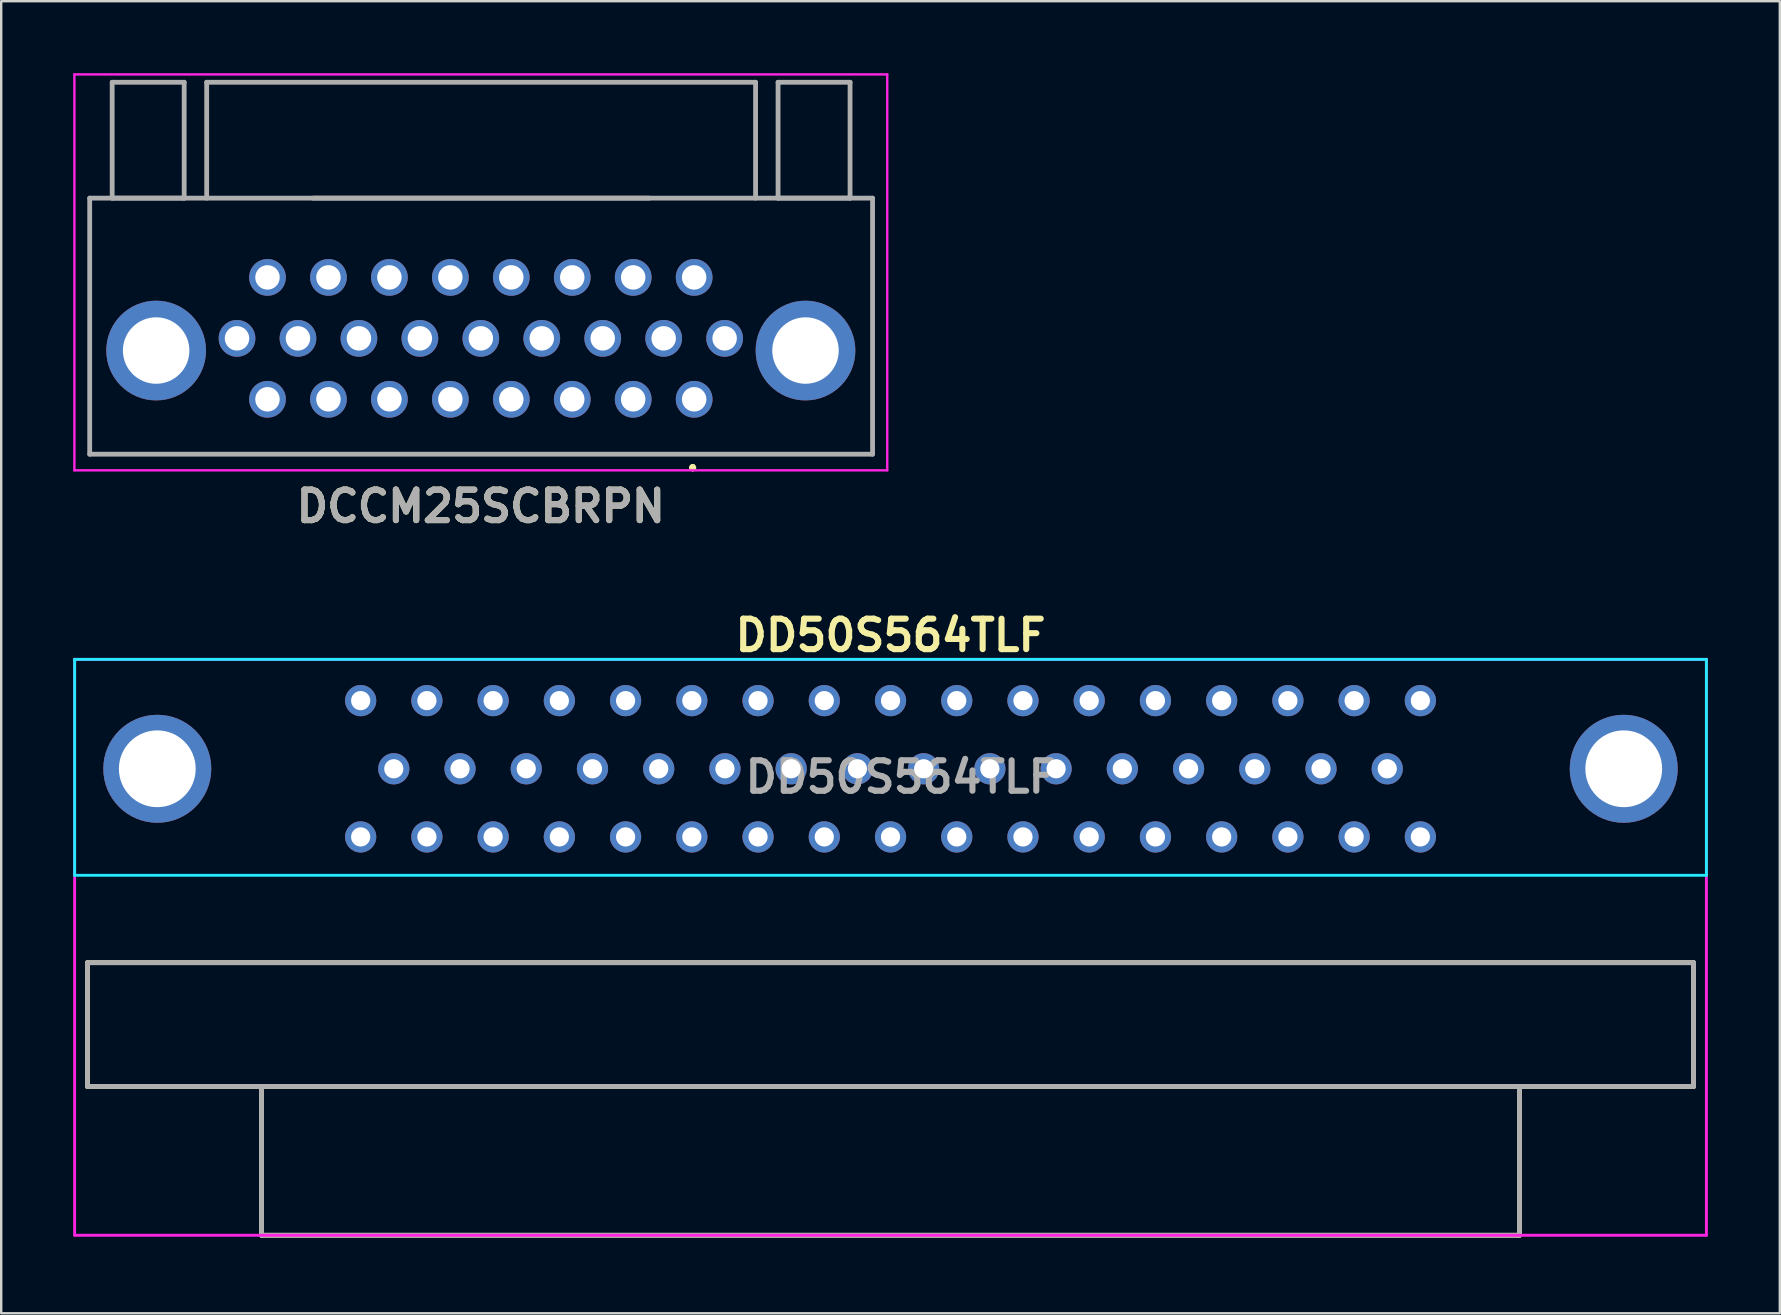
<source format=kicad_pcb>
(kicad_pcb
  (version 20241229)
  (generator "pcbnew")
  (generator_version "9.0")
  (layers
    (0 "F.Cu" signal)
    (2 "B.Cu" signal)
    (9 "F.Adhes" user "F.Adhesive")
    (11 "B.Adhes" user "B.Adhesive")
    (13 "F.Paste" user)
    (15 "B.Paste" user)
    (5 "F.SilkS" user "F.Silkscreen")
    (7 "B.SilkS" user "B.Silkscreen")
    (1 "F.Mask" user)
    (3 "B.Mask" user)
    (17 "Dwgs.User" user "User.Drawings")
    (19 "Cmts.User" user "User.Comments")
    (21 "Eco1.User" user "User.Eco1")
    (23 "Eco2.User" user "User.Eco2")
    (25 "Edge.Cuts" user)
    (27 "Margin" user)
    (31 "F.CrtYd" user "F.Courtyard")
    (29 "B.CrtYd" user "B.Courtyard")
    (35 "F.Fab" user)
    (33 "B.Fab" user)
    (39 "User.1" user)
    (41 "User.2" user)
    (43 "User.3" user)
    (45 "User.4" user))
  (footprint "DD50S564TLF"
    (layer "F.Cu")
    (at 34.06 48.427)
    (property "Reference" "DD50S564TLF" (at 0 -25 0) (layer "F.SilkS") (effects (font (size 1.27 1.27) (thickness 0.254))))
    (attr through_hole)
    (fp_line (start -33.465 -11.36) (end -33.465 -6.2) (stroke (width 0.2) (type solid)) (layer "F.SilkS"))
    (fp_line (start -33.465 -11.36) (end 33.465 -11.36) (stroke (width 0.2) (type solid)) (layer "F.SilkS"))
    (fp_line (start -26.21 0) (end -26.21 -6.173) (stroke (width 0.2) (type solid)) (layer "F.SilkS"))
    (fp_line (start 26.21 -6.173) (end 26.21 0) (stroke (width 0.2) (type solid)) (layer "F.SilkS"))
    (fp_line (start 26.21 0) (end -26.21 0) (stroke (width 0.2) (type solid)) (layer "F.SilkS"))
    (fp_line (start 33.465 -11.36) (end 33.465 -6.2) (stroke (width 0.2) (type solid)) (layer "F.SilkS"))
    (fp_line (start 33.465 -6.2) (end -33.465 -6.2) (stroke (width 0.2) (type solid)) (layer "F.SilkS"))
    (fp_line (start -34 -24) (end -34 -15) (stroke (width 0.12) (type solid)) (layer "B.CrtYd"))
    (fp_line (start -34 -15) (end 34 -15) (stroke (width 0.12) (type solid)) (layer "B.CrtYd"))
    (fp_line (start 34 -24) (end -34 -24) (stroke (width 0.12) (type solid)) (layer "B.CrtYd"))
    (fp_line (start 34 -15) (end 34 -24) (stroke (width 0.12) (type solid)) (layer "B.CrtYd"))
    (fp_line (start -34 -24) (end 34 -24) (stroke (width 0.12) (type solid)) (layer "F.CrtYd"))
    (fp_line (start -34 0) (end -34 -24) (stroke (width 0.12) (type solid)) (layer "F.CrtYd"))
    (fp_line (start 34 -24) (end 34 0) (stroke (width 0.12) (type solid)) (layer "F.CrtYd"))
    (fp_line (start 34 0) (end -34 0) (stroke (width 0.12) (type solid)) (layer "F.CrtYd"))
    (fp_line (start -33.465 -11.36) (end -33.465 -6.2) (stroke (width 0.2) (type solid)) (layer "F.Fab"))
    (fp_line (start -33.465 -6.2) (end 33.465 -6.2) (stroke (width 0.2) (type solid)) (layer "F.Fab"))
    (fp_line (start -26.21 -6.173) (end -26.21 0) (stroke (width 0.2) (type solid)) (layer "F.Fab"))
    (fp_line (start -26.21 0) (end 26.21 0) (stroke (width 0.2) (type solid)) (layer "F.Fab"))
    (fp_line (start 26.21 0) (end 26.21 -6.173) (stroke (width 0.2) (type solid)) (layer "F.Fab"))
    (fp_line (start 33.465 -11.36) (end -33.465 -11.36) (stroke (width 0.2) (type solid)) (layer "F.Fab"))
    (fp_line (start 33.465 -6.2) (end 33.465 -11.36) (stroke (width 0.2) (type solid)) (layer "F.Fab"))
    (fp_text user "${REFERENCE}" (at 0.42 -19.099 0) (layer "F.Fab") (effects (font (size 1.27 1.27) (thickness 0.254))))
    (pad "0" thru_hole circle (at -30.555 -19.44) (size 4.5 4.5) (drill 3.2) (layers "*.Cu" "*.Mask"))
    (pad "0" thru_hole circle (at 30.555 -19.44) (size 4.5 4.5) (drill 3.2) (layers "*.Cu" "*.Mask"))
    (pad "1" thru_hole circle (at 22.08 -22.28) (size 1.3 1.3) (drill 0.8) (layers "*.Cu" "*.Mask"))
    (pad "2" thru_hole circle (at 19.32 -22.28) (size 1.3 1.3) (drill 0.8) (layers "*.Cu" "*.Mask"))
    (pad "3" thru_hole circle (at 16.56 -22.28) (size 1.3 1.3) (drill 0.8) (layers "*.Cu" "*.Mask"))
    (pad "4" thru_hole circle (at 13.8 -22.28) (size 1.3 1.3) (drill 0.8) (layers "*.Cu" "*.Mask"))
    (pad "5" thru_hole circle (at 11.04 -22.28) (size 1.3 1.3) (drill 0.8) (layers "*.Cu" "*.Mask"))
    (pad "6" thru_hole circle (at 8.28 -22.28) (size 1.3 1.3) (drill 0.8) (layers "*.Cu" "*.Mask"))
    (pad "7" thru_hole circle (at 5.52 -22.28) (size 1.3 1.3) (drill 0.8) (layers "*.Cu" "*.Mask"))
    (pad "8" thru_hole circle (at 2.76 -22.28) (size 1.3 1.3) (drill 0.8) (layers "*.Cu" "*.Mask"))
    (pad "9" thru_hole circle (at 0 -22.28) (size 1.3 1.3) (drill 0.8) (layers "*.Cu" "*.Mask"))
    (pad "10" thru_hole circle (at -2.76 -22.28) (size 1.3 1.3) (drill 0.8) (layers "*.Cu" "*.Mask"))
    (pad "11" thru_hole circle (at -5.52 -22.28) (size 1.3 1.3) (drill 0.8) (layers "*.Cu" "*.Mask"))
    (pad "12" thru_hole circle (at -8.28 -22.28) (size 1.3 1.3) (drill 0.8) (layers "*.Cu" "*.Mask"))
    (pad "13" thru_hole circle (at -11.04 -22.28) (size 1.3 1.3) (drill 0.8) (layers "*.Cu" "*.Mask"))
    (pad "14" thru_hole circle (at -13.8 -22.28) (size 1.3 1.3) (drill 0.8) (layers "*.Cu" "*.Mask"))
    (pad "15" thru_hole circle (at -16.56 -22.28) (size 1.3 1.3) (drill 0.8) (layers "*.Cu" "*.Mask"))
    (pad "16" thru_hole circle (at -19.32 -22.28) (size 1.3 1.3) (drill 0.8) (layers "*.Cu" "*.Mask"))
    (pad "17" thru_hole circle (at -22.08 -22.28) (size 1.3 1.3) (drill 0.8) (layers "*.Cu" "*.Mask"))
    (pad "18" thru_hole circle (at 20.7 -19.44) (size 1.3 1.3) (drill 0.8) (layers "*.Cu" "*.Mask"))
    (pad "19" thru_hole circle (at 17.94 -19.44) (size 1.3 1.3) (drill 0.8) (layers "*.Cu" "*.Mask"))
    (pad "20" thru_hole circle (at 15.18 -19.44) (size 1.3 1.3) (drill 0.8) (layers "*.Cu" "*.Mask"))
    (pad "21" thru_hole circle (at 12.42 -19.44) (size 1.3 1.3) (drill 0.8) (layers "*.Cu" "*.Mask"))
    (pad "22" thru_hole circle (at 9.66 -19.44) (size 1.3 1.3) (drill 0.8) (layers "*.Cu" "*.Mask"))
    (pad "23" thru_hole circle (at 6.9 -19.44) (size 1.3 1.3) (drill 0.8) (layers "*.Cu" "*.Mask"))
    (pad "24" thru_hole circle (at 4.14 -19.44) (size 1.3 1.3) (drill 0.8) (layers "*.Cu" "*.Mask"))
    (pad "25" thru_hole circle (at 1.38 -19.44) (size 1.3 1.3) (drill 0.8) (layers "*.Cu" "*.Mask"))
    (pad "26" thru_hole circle (at -1.38 -19.44) (size 1.3 1.3) (drill 0.8) (layers "*.Cu" "*.Mask"))
    (pad "27" thru_hole circle (at -4.14 -19.44) (size 1.3 1.3) (drill 0.8) (layers "*.Cu" "*.Mask"))
    (pad "28" thru_hole circle (at -6.9 -19.44) (size 1.3 1.3) (drill 0.8) (layers "*.Cu" "*.Mask"))
    (pad "29" thru_hole circle (at -9.66 -19.44) (size 1.3 1.3) (drill 0.8) (layers "*.Cu" "*.Mask"))
    (pad "30" thru_hole circle (at -12.42 -19.44) (size 1.3 1.3) (drill 0.8) (layers "*.Cu" "*.Mask"))
    (pad "31" thru_hole circle (at -15.18 -19.44) (size 1.3 1.3) (drill 0.8) (layers "*.Cu" "*.Mask"))
    (pad "32" thru_hole circle (at -17.94 -19.44) (size 1.3 1.3) (drill 0.8) (layers "*.Cu" "*.Mask"))
    (pad "33" thru_hole circle (at -20.7 -19.44) (size 1.3 1.3) (drill 0.8) (layers "*.Cu" "*.Mask"))
    (pad "34" thru_hole circle (at 22.08 -16.6) (size 1.3 1.3) (drill 0.8) (layers "*.Cu" "*.Mask"))
    (pad "35" thru_hole circle (at 19.32 -16.6) (size 1.3 1.3) (drill 0.8) (layers "*.Cu" "*.Mask"))
    (pad "36" thru_hole circle (at 16.56 -16.6) (size 1.3 1.3) (drill 0.8) (layers "*.Cu" "*.Mask"))
    (pad "37" thru_hole circle (at 13.8 -16.6) (size 1.3 1.3) (drill 0.8) (layers "*.Cu" "*.Mask"))
    (pad "38" thru_hole circle (at 11.04 -16.6) (size 1.3 1.3) (drill 0.8) (layers "*.Cu" "*.Mask"))
    (pad "39" thru_hole circle (at 8.28 -16.6) (size 1.3 1.3) (drill 0.8) (layers "*.Cu" "*.Mask"))
    (pad "40" thru_hole circle (at 5.52 -16.6) (size 1.3 1.3) (drill 0.8) (layers "*.Cu" "*.Mask"))
    (pad "41" thru_hole circle (at 2.76 -16.6) (size 1.3 1.3) (drill 0.8) (layers "*.Cu" "*.Mask"))
    (pad "42" thru_hole circle (at 0 -16.6) (size 1.3 1.3) (drill 0.8) (layers "*.Cu" "*.Mask"))
    (pad "43" thru_hole circle (at -2.76 -16.6) (size 1.3 1.3) (drill 0.8) (layers "*.Cu" "*.Mask"))
    (pad "44" thru_hole circle (at -5.52 -16.6) (size 1.3 1.3) (drill 0.8) (layers "*.Cu" "*.Mask"))
    (pad "45" thru_hole circle (at -8.28 -16.6) (size 1.3 1.3) (drill 0.8) (layers "*.Cu" "*.Mask"))
    (pad "46" thru_hole circle (at -11.04 -16.6) (size 1.3 1.3) (drill 0.8) (layers "*.Cu" "*.Mask"))
    (pad "47" thru_hole circle (at -13.8 -16.6) (size 1.3 1.3) (drill 0.8) (layers "*.Cu" "*.Mask"))
    (pad "48" thru_hole circle (at -16.56 -16.6) (size 1.3 1.3) (drill 0.8) (layers "*.Cu" "*.Mask"))
    (pad "49" thru_hole circle (at -19.32 -16.6) (size 1.3 1.3) (drill 0.8) (layers "*.Cu" "*.Mask"))
    (pad "50" thru_hole circle (at -22.08 -16.6) (size 1.3 1.3) (drill 0.8) (layers "*.Cu" "*.Mask")))
  (footprint "DCCM25SCBRPN"
    (layer "F.Cu")
    (at 16.987 11.05)
    (property "Reference" "DCCM25SCBRPN" (at 0 7 0) (layer "F.SilkS") (effects (font (size 1.27 1.27) (thickness 0.254))))
    (attr through_hole)
    (fp_line (start -16.299 -5.842) (end 16.325 -5.842) (stroke (width 0.1) (type solid)) (layer "F.SilkS"))
    (fp_line (start -16.299 4.828) (end -16.299 -5.842) (stroke (width 0.1) (type solid)) (layer "F.SilkS"))
    (fp_line (start 8.83 5.34) (end 8.83 5.34) (stroke (width 0.2) (type solid)) (layer "F.SilkS"))
    (fp_line (start 8.83 5.34) (end 8.83 5.34) (stroke (width 0.2) (type solid)) (layer "F.SilkS"))
    (fp_line (start 8.83 5.44) (end 8.83 5.44) (stroke (width 0.2) (type solid)) (layer "F.SilkS"))
    (fp_line (start 16.325 -5.842) (end 16.325 4.828) (stroke (width 0.1) (type solid)) (layer "F.SilkS"))
    (fp_line (start 16.325 4.828) (end -16.299 4.828) (stroke (width 0.1) (type solid)) (layer "F.SilkS"))
    (fp_arc (start 8.83 5.34) (mid 8.88 5.39) (end 8.83 5.44) (stroke (width 0.2) (type solid)) (layer "F.SilkS"))
    (fp_arc (start 8.83 5.44) (mid 8.78 5.39) (end 8.83 5.34) (stroke (width 0.2) (type solid)) (layer "F.SilkS"))
    (fp_arc (start 8.83 5.44) (mid 8.78 5.39) (end 8.83 5.34) (stroke (width 0.2) (type solid)) (layer "F.SilkS"))
    (fp_line (start -16.937 -11) (end 16.937 -11) (stroke (width 0.1) (type solid)) (layer "F.CrtYd"))
    (fp_line (start -16.937 5.5) (end -16.937 -11) (stroke (width 0.1) (type solid)) (layer "F.CrtYd"))
    (fp_line (start 16.937 -11) (end 16.937 5.5) (stroke (width 0.1) (type solid)) (layer "F.CrtYd"))
    (fp_line (start 16.937 5.5) (end -16.937 5.5) (stroke (width 0.1) (type solid)) (layer "F.CrtYd"))
    (fp_line (start -16.299 -5.842) (end -16.299 4.828) (stroke (width 0.2) (type solid)) (layer "F.Fab"))
    (fp_line (start -16.299 4.828) (end 16.325 4.828) (stroke (width 0.2) (type solid)) (layer "F.Fab"))
    (fp_line (start -15.362 -10.672) (end -15.362 -5.842) (stroke (width 0.2) (type solid)) (layer "F.Fab"))
    (fp_line (start -15.362 -5.842) (end -12.362 -5.842) (stroke (width 0.2) (type solid)) (layer "F.Fab"))
    (fp_line (start -12.362 -10.672) (end -15.362 -10.672) (stroke (width 0.2) (type solid)) (layer "F.Fab"))
    (fp_line (start -12.362 -5.842) (end -12.362 -10.672) (stroke (width 0.2) (type solid)) (layer "F.Fab"))
    (fp_line (start -11.424 -10.672) (end -11.424 -5.842) (stroke (width 0.2) (type solid)) (layer "F.Fab"))
    (fp_line (start -6.987 -5.842) (end 7.013 -5.842) (stroke (width 0.2) (type solid)) (layer "F.Fab"))
    (fp_line (start 11.45 -10.672) (end -11.424 -10.672) (stroke (width 0.2) (type solid)) (layer "F.Fab"))
    (fp_line (start 11.45 -5.842) (end 11.45 -10.672) (stroke (width 0.2) (type solid)) (layer "F.Fab"))
    (fp_line (start 12.387 -10.672) (end 12.387 -5.842) (stroke (width 0.2) (type solid)) (layer "F.Fab"))
    (fp_line (start 12.387 -5.842) (end 15.387 -5.842) (stroke (width 0.2) (type solid)) (layer "F.Fab"))
    (fp_line (start 15.387 -10.672) (end 12.387 -10.672) (stroke (width 0.2) (type solid)) (layer "F.Fab"))
    (fp_line (start 15.387 -5.842) (end 15.387 -10.672) (stroke (width 0.2) (type solid)) (layer "F.Fab"))
    (fp_line (start 16.325 -5.842) (end -16.299 -5.842) (stroke (width 0.2) (type solid)) (layer "F.Fab"))
    (fp_line (start 16.325 4.828) (end 16.325 -5.842) (stroke (width 0.2) (type solid)) (layer "F.Fab"))
    (fp_text user "${REFERENCE}" (at 0 7 0) (layer "F.Fab") (effects (font (size 1.27 1.27) (thickness 0.254))))
    (pad "0" thru_hole circle (at -13.53 0.508) (size 4.155 4.155) (drill 2.77) (layers "*.Cu" "*.Mask"))
    (pad "0" thru_hole circle (at 13.53 0.508) (size 4.155 4.155) (drill 2.77) (layers "*.Cu" "*.Mask"))
    (pad "1" thru_hole circle (at 10.16 0) (size 1.53 1.53) (drill 1.02) (layers "*.Cu" "*.Mask"))
    (pad "2" thru_hole circle (at 8.89 -2.54) (size 1.53 1.53) (drill 1.02) (layers "*.Cu" "*.Mask"))
    (pad "3" thru_hole circle (at 6.35 -2.54) (size 1.53 1.53) (drill 1.02) (layers "*.Cu" "*.Mask"))
    (pad "4" thru_hole circle (at 3.81 -2.54) (size 1.53 1.53) (drill 1.02) (layers "*.Cu" "*.Mask"))
    (pad "5" thru_hole circle (at 2.54 0) (size 1.53 1.53) (drill 1.02) (layers "*.Cu" "*.Mask"))
    (pad "6" thru_hole circle (at 1.27 -2.54) (size 1.53 1.53) (drill 1.02) (layers "*.Cu" "*.Mask"))
    (pad "7" thru_hole circle (at 0 0) (size 1.53 1.53) (drill 1.02) (layers "*.Cu" "*.Mask"))
    (pad "8" thru_hole circle (at -1.27 -2.54) (size 1.53 1.53) (drill 1.02) (layers "*.Cu" "*.Mask"))
    (pad "9" thru_hole circle (at -2.54 0) (size 1.53 1.53) (drill 1.02) (layers "*.Cu" "*.Mask"))
    (pad "10" thru_hole circle (at -3.81 -2.54) (size 1.53 1.53) (drill 1.02) (layers "*.Cu" "*.Mask"))
    (pad "11" thru_hole circle (at -6.35 -2.54) (size 1.53 1.53) (drill 1.02) (layers "*.Cu" "*.Mask"))
    (pad "12" thru_hole circle (at -8.89 -2.54) (size 1.53 1.53) (drill 1.02) (layers "*.Cu" "*.Mask"))
    (pad "13" thru_hole circle (at -10.16 0) (size 1.53 1.53) (drill 1.02) (layers "*.Cu" "*.Mask"))
    (pad "14" thru_hole circle (at 8.89 2.54) (size 1.53 1.53) (drill 1.02) (layers "*.Cu" "*.Mask"))
    (pad "15" thru_hole circle (at 7.62 0) (size 1.53 1.53) (drill 1.02) (layers "*.Cu" "*.Mask"))
    (pad "16" thru_hole circle (at 6.35 2.54) (size 1.53 1.53) (drill 1.02) (layers "*.Cu" "*.Mask"))
    (pad "17" thru_hole circle (at 5.08 0) (size 1.53 1.53) (drill 1.02) (layers "*.Cu" "*.Mask"))
    (pad "18" thru_hole circle (at 3.81 2.54) (size 1.53 1.53) (drill 1.02) (layers "*.Cu" "*.Mask"))
    (pad "19" thru_hole circle (at 1.27 2.54) (size 1.53 1.53) (drill 1.02) (layers "*.Cu" "*.Mask"))
    (pad "20" thru_hole circle (at -1.27 2.54) (size 1.53 1.53) (drill 1.02) (layers "*.Cu" "*.Mask"))
    (pad "21" thru_hole circle (at -3.81 2.54) (size 1.53 1.53) (drill 1.02) (layers "*.Cu" "*.Mask"))
    (pad "22" thru_hole circle (at -5.08 0) (size 1.53 1.53) (drill 1.02) (layers "*.Cu" "*.Mask"))
    (pad "23" thru_hole circle (at -6.35 2.54) (size 1.53 1.53) (drill 1.02) (layers "*.Cu" "*.Mask"))
    (pad "24" thru_hole circle (at -7.62 0) (size 1.53 1.53) (drill 1.02) (layers "*.Cu" "*.Mask"))
    (pad "25" thru_hole circle (at -8.89 2.54) (size 1.53 1.53) (drill 1.02) (layers "*.Cu" "*.Mask")))
  (gr_rect
    (start -3 -3)
    (end 71.12 51.677)
    (stroke (width 0.1) (type default))
    (fill no)
    (layer "Edge.Cuts")))
</source>
